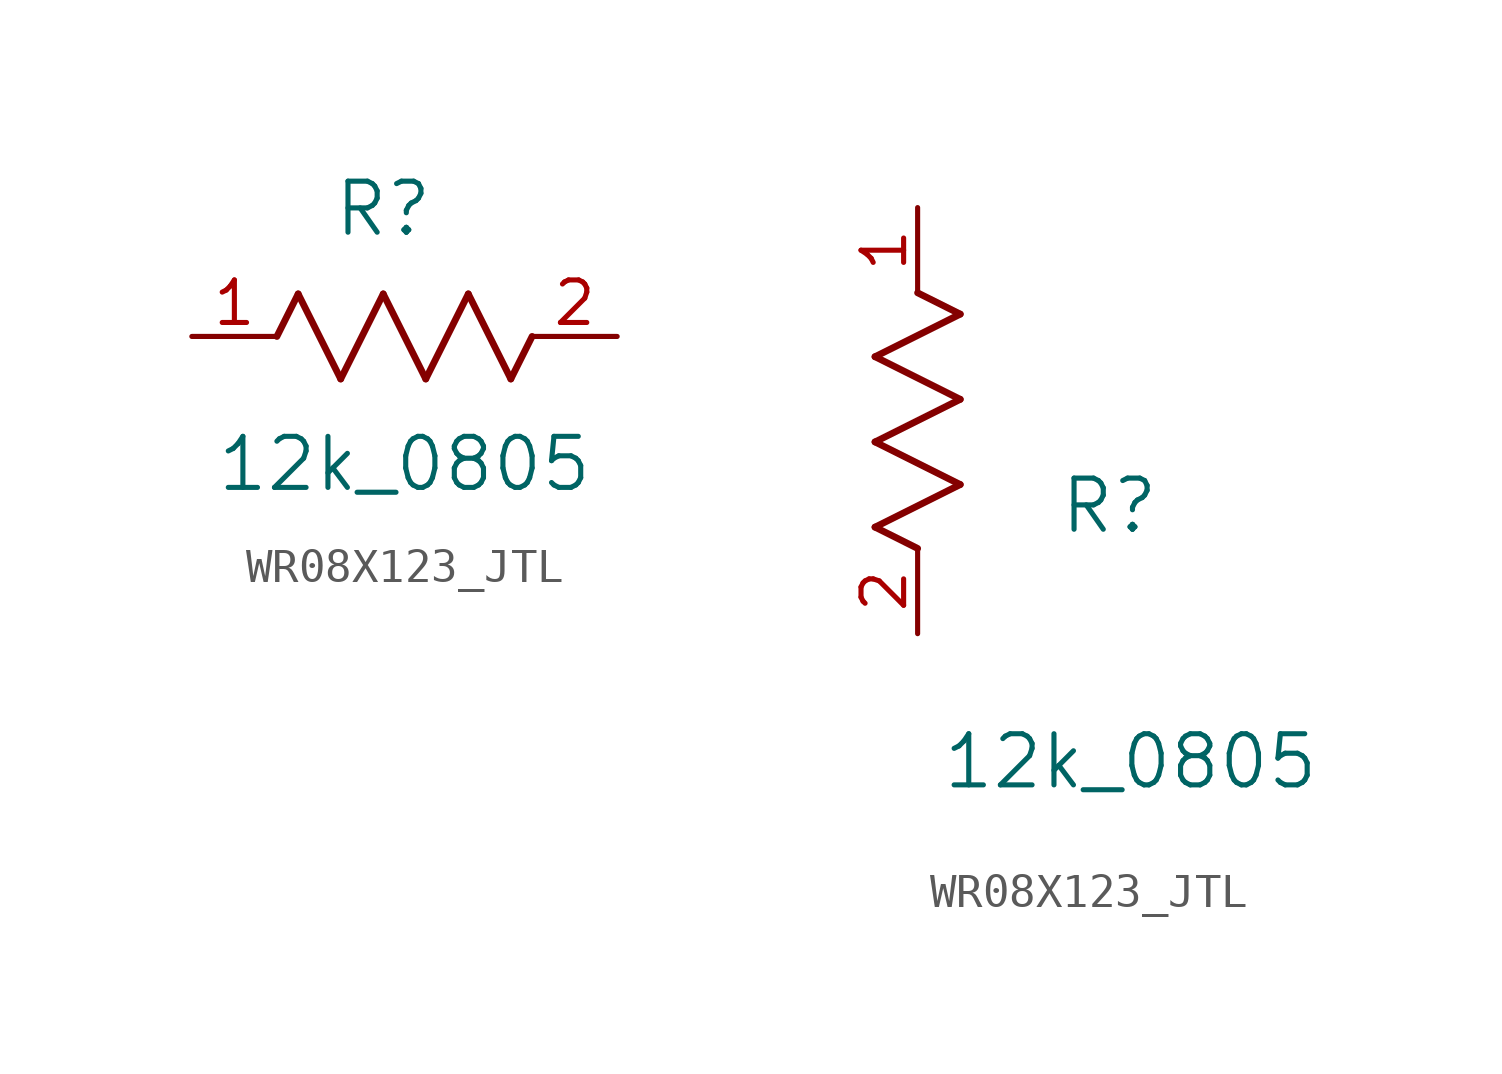
<source format=kicad_sym>
(kicad_symbol_lib
  (version 20220914)
  (generator kicad_symbol_editor)
  (symbol "WR08X123_JTL"
    (pin_names
      (offset 0.254))
    (property "Reference" "R"
      (at 5.715 3.81 0)
      (effects (font (size 1.524 1.524))))
    (property "Value" "12k_0805"
      (at 6.35 -3.81 0)
      (effects (font (size 1.524 1.524))))
    (symbol "WR08X123_JTL_1_1"
      (polyline (pts (xy 2.54 0) (xy 3.175 1.27)) (stroke (width 0.203) (type default)) (fill (type none)))
      (polyline (pts (xy 3.175 1.27) (xy 4.445 -1.27)) (stroke (width 0.203) (type default)) (fill (type none)))
      (polyline (pts (xy 4.445 -1.27) (xy 5.715 1.27)) (stroke (width 0.203) (type default)) (fill (type none)))
      (polyline (pts (xy 5.715 1.27) (xy 6.985 -1.27)) (stroke (width 0.203) (type default)) (fill (type none)))
      (polyline (pts (xy 6.985 -1.27) (xy 8.255 1.27)) (stroke (width 0.203) (type default)) (fill (type none)))
      (polyline (pts (xy 8.255 1.27) (xy 9.525 -1.27)) (stroke (width 0.203) (type default)) (fill (type none)))
      (polyline (pts (xy 9.525 -1.27) (xy 10.16 0)) (stroke (width 0.203) (type default)) (fill (type none)))
      (pin unspecified line (at 0 0 0) (length 2.54) (name "" (effects (font (size 1.27 1.27)))) (number "1" (effects (font (size 1.27 1.27)))))
      (pin unspecified line (at 12.7 0 180) (length 2.54) (name "" (effects (font (size 1.27 1.27)))) (number "2" (effects (font (size 1.27 1.27))))))
    (symbol "WR08X123_JTL_1_2"
      (polyline (pts (xy -1.27 3.175) (xy 1.27 4.445)) (stroke (width 0.203) (type default)) (fill (type none)))
      (polyline (pts (xy -1.27 5.715) (xy 1.27 6.985)) (stroke (width 0.203) (type default)) (fill (type none)))
      (polyline (pts (xy -1.27 8.255) (xy 1.27 9.525)) (stroke (width 0.203) (type default)) (fill (type none)))
      (polyline (pts (xy 0 2.54) (xy -1.27 3.175)) (stroke (width 0.203) (type default)) (fill (type none)))
      (polyline (pts (xy 1.27 4.445) (xy -1.27 5.715)) (stroke (width 0.203) (type default)) (fill (type none)))
      (polyline (pts (xy 1.27 6.985) (xy -1.27 8.255)) (stroke (width 0.203) (type default)) (fill (type none)))
      (polyline (pts (xy 1.27 9.525) (xy 0 10.16)) (stroke (width 0.203) (type default)) (fill (type none)))
      (pin unspecified line (at 0 12.7 270) (length 2.54) (name "" (effects (font (size 1.27 1.27)))) (number "1" (effects (font (size 1.27 1.27)))))
      (pin unspecified line (at 0 0 90) (length 2.54) (name "" (effects (font (size 1.27 1.27)))) (number "2" (effects (font (size 1.27 1.27))))))))
</source>
